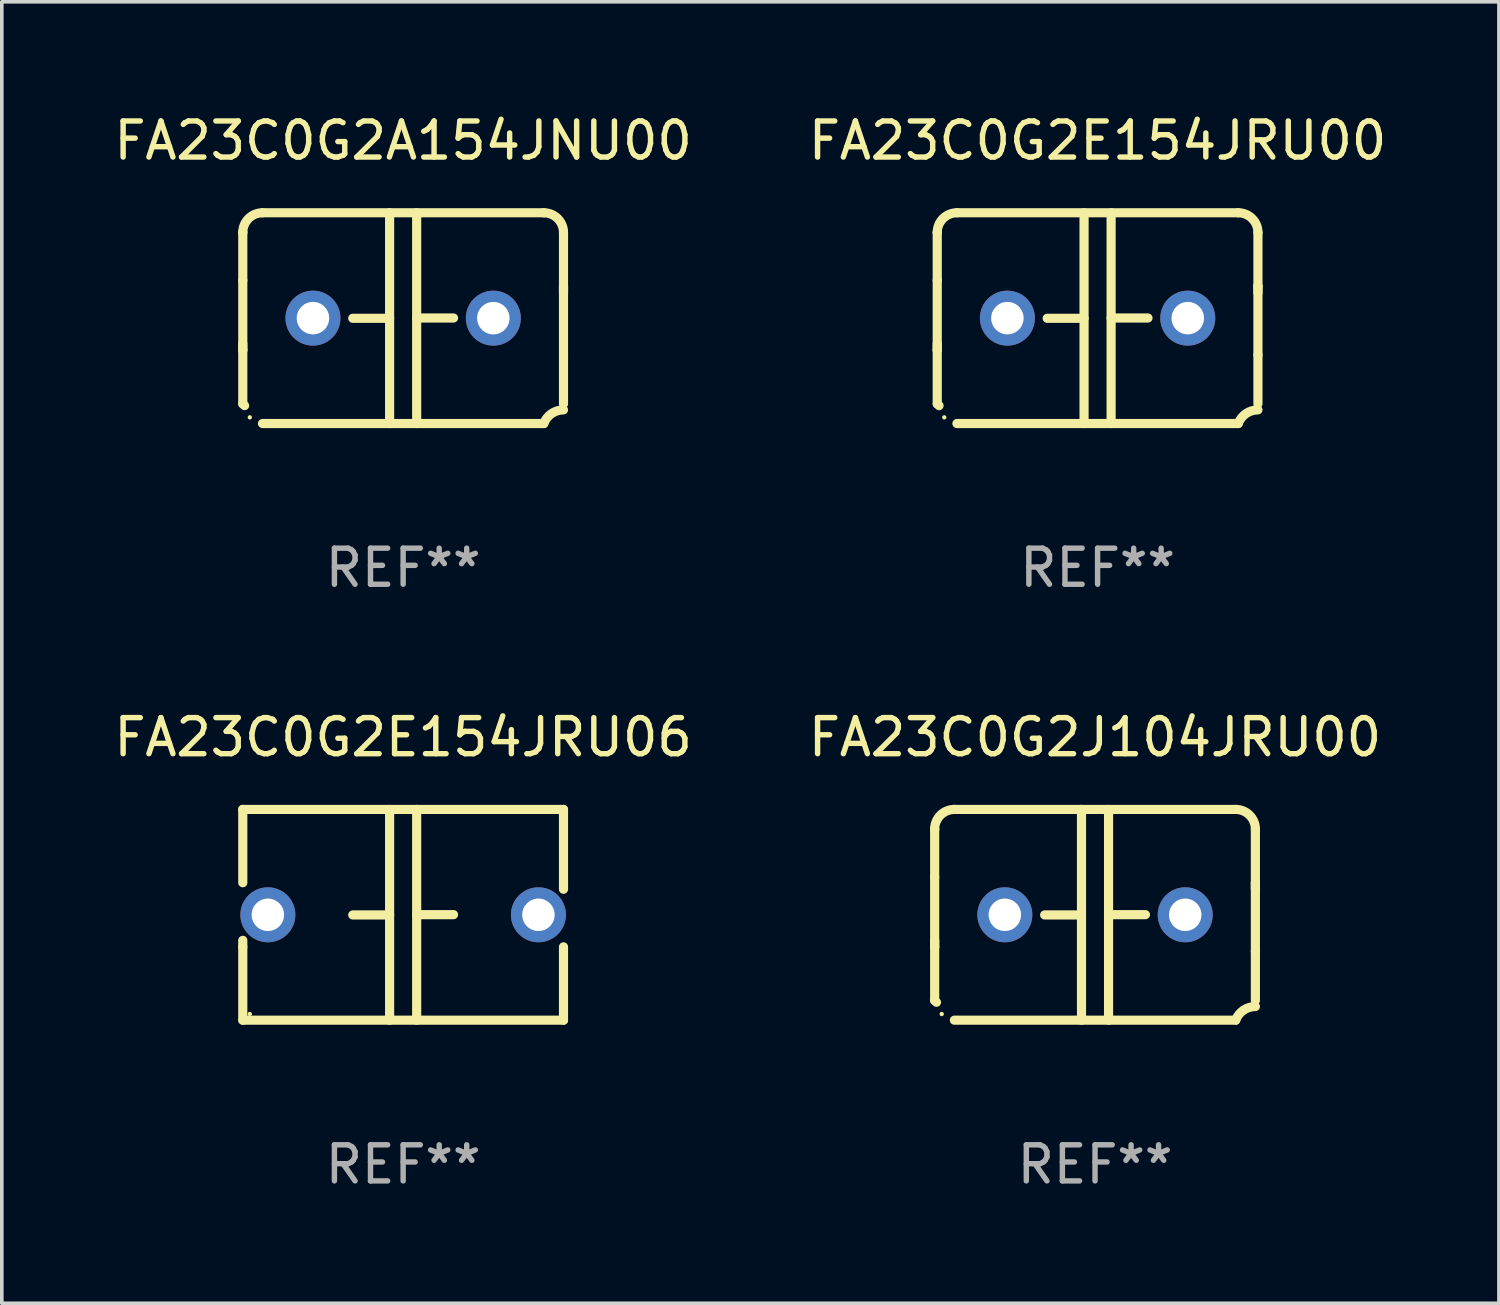
<source format=kicad_pcb>
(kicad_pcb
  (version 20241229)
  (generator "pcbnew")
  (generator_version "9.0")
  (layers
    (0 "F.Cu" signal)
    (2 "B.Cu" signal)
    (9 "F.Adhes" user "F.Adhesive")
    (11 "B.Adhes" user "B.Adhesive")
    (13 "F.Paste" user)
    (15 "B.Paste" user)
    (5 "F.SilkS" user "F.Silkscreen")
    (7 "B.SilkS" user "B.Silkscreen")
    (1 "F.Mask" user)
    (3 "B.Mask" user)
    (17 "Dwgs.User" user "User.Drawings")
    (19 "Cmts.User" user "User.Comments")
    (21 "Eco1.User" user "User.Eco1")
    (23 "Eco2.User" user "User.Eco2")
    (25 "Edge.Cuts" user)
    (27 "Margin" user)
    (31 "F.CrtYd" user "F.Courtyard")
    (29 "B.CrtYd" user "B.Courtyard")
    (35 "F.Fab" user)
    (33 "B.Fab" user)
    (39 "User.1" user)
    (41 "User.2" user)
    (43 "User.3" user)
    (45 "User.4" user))
  (footprint "FA23C0G2A154JNU00"
    (layer "F.Cu")
    (at 8.125 5.769)
    (property "Reference" "FA23C0G2A154JNU00" (at 0 -4.921 0) (layer "F.SilkS") (effects (font (size 1 1) (thickness 0.15))))
    (attr through_hole)
    (fp_line (start -4.445 2.375) (end -4.445 0.889) (stroke (width 0.254) (type solid)) (layer "F.SilkS"))
    (fp_line (start -4.445 -2.375) (end -4.445 -2.375) (stroke (width 0.254) (type solid)) (layer "F.SilkS"))
    (fp_line (start -4.445 -1.045) (end -4.445 -2.375) (stroke (width 0.254) (type solid)) (layer "F.SilkS"))
    (fp_line (start -4.445 -1.045) (end -4.445 0.889) (stroke (width 0.254) (type solid)) (layer "F.SilkS"))
    (fp_line (start -4.445 0.889) (end -4.445 0.708) (stroke (width 0.254) (type solid)) (layer "F.SilkS"))
    (fp_line (start -3.899 -2.921) (end 3.899 -2.921) (stroke (width 0.254) (type solid)) (layer "F.SilkS"))
    (fp_line (start -0.375 0.004) (end -1.397 0.004) (stroke (width 0.254) (type solid)) (layer "F.SilkS"))
    (fp_line (start -0.375 2.921) (end -0.375 -2.921) (stroke (width 0.254) (type solid)) (layer "F.SilkS"))
    (fp_line (start 0.375 -2.921) (end 0.375 2.921) (stroke (width 0.254) (type solid)) (layer "F.SilkS"))
    (fp_line (start 0.375 -0.004) (end 1.397 -0.004) (stroke (width 0.254) (type solid)) (layer "F.SilkS"))
    (fp_line (start 3.899 2.921) (end -3.899 2.921) (stroke (width 0.254) (type solid)) (layer "F.SilkS"))
    (fp_line (start 4.445 -0.889) (end 4.445 -0.708) (stroke (width 0.254) (type solid)) (layer "F.SilkS"))
    (fp_line (start 4.445 -0.889) (end 4.445 1.02) (stroke (width 0.254) (type solid)) (layer "F.SilkS"))
    (fp_line (start 4.445 1.02) (end 4.445 2.375) (stroke (width 0.254) (type solid)) (layer "F.SilkS"))
    (fp_line (start 4.445 -2.375) (end 4.445 -0.889) (stroke (width 0.254) (type solid)) (layer "F.SilkS"))
    (fp_arc (start -4.445034 -2.374778) (mid -4.285049 -2.761028) (end -3.898806 -2.921031) (stroke (width 0.254001) (type solid)) (layer "F.SilkS"))
    (fp_arc (start -4.445034 2.374803) (mid -4.4201 2.399713) (end -4.395166 2.424624) (stroke (width 0.254001) (type solid)) (layer "F.SilkS"))
    (fp_arc (start 3.898781 -2.921031) (mid 4.285035 -2.76105) (end 4.445034 -2.374803) (stroke (width 0.254001) (type solid)) (layer "F.SilkS"))
    (fp_arc (start 3.898806 2.921031) (mid 4.112864 2.64665) (end 4.445037 2.542888) (stroke (width 0.254001) (type solid)) (layer "F.SilkS"))
    (fp_circle (center -4.25 2.75) (end -4.22 2.75) (stroke (width 0.06) (type solid)) (fill no) (layer "F.SilkS"))
    (fp_text user "REF**" (at 0 6.921 0) (layer "F.Fab") (effects (font (size 1 1) (thickness 0.15))))
    (pad "1" thru_hole circle (at -2.5 0) (size 1.524 1.524) (drill 0.9) (layers "*.Cu" "*.Mask"))
    (pad "2" thru_hole circle (at 2.5 0) (size 1.524 1.524) (drill 0.9) (layers "*.Cu" "*.Mask")))
  (footprint "FA23C0G2E154JRU06"
    (layer "F.Cu")
    (at 8.125 22.308)
    (property "Reference" "FA23C0G2E154JRU06" (at 0 -4.921 0) (layer "F.SilkS") (effects (font (size 1 1) (thickness 0.15))))
    (attr through_hole)
    (fp_line (start -4.445 -2.921) (end 4.445 -2.921) (stroke (width 0.254) (type solid)) (layer "F.SilkS"))
    (fp_line (start -4.445 -0.889) (end -4.445 -2.921) (stroke (width 0.254) (type solid)) (layer "F.SilkS"))
    (fp_line (start -4.445 0.889) (end -4.445 0.708) (stroke (width 0.254) (type solid)) (layer "F.SilkS"))
    (fp_line (start -4.445 2.921) (end -4.445 0.889) (stroke (width 0.254) (type solid)) (layer "F.SilkS"))
    (fp_line (start -0.375 0.004) (end -1.397 0.004) (stroke (width 0.254) (type solid)) (layer "F.SilkS"))
    (fp_line (start -0.375 2.921) (end -0.375 -2.921) (stroke (width 0.254) (type solid)) (layer "F.SilkS"))
    (fp_line (start 0.375 -2.921) (end 0.375 2.921) (stroke (width 0.254) (type solid)) (layer "F.SilkS"))
    (fp_line (start 0.375 -0.004) (end 1.397 -0.004) (stroke (width 0.254) (type solid)) (layer "F.SilkS"))
    (fp_line (start 4.445 -2.921) (end 4.445 -0.889) (stroke (width 0.254) (type solid)) (layer "F.SilkS"))
    (fp_line (start 4.445 -0.889) (end 4.445 -0.708) (stroke (width 0.254) (type solid)) (layer "F.SilkS"))
    (fp_line (start 4.445 0.889) (end 4.445 2.921) (stroke (width 0.254) (type solid)) (layer "F.SilkS"))
    (fp_line (start 4.445 2.921) (end -4.445 2.921) (stroke (width 0.254) (type solid)) (layer "F.SilkS"))
    (fp_circle (center -4.25 2.75) (end -4.22 2.75) (stroke (width 0.06) (type solid)) (fill no) (layer "F.SilkS"))
    (fp_text user "REF**" (at 0 6.921 0) (layer "F.Fab") (effects (font (size 1 1) (thickness 0.15))))
    (pad "1" thru_hole circle (at -3.75 0) (size 1.524 1.524) (drill 0.9) (layers "*.Cu" "*.Mask"))
    (pad "2" thru_hole circle (at 3.75 0) (size 1.524 1.524) (drill 0.9) (layers "*.Cu" "*.Mask")))
  (footprint "FA23C0G2E154JRU00"
    (layer "F.Cu")
    (at 27.375 5.769)
    (property "Reference" "FA23C0G2E154JRU00" (at 0 -4.921 0) (layer "F.SilkS") (effects (font (size 1 1) (thickness 0.15))))
    (attr through_hole)
    (fp_line (start -4.445 2.375) (end -4.445 0.889) (stroke (width 0.254) (type solid)) (layer "F.SilkS"))
    (fp_line (start -4.445 -2.375) (end -4.445 -2.375) (stroke (width 0.254) (type solid)) (layer "F.SilkS"))
    (fp_line (start -4.445 -1.045) (end -4.445 -2.375) (stroke (width 0.254) (type solid)) (layer "F.SilkS"))
    (fp_line (start -4.445 -1.045) (end -4.445 0.889) (stroke (width 0.254) (type solid)) (layer "F.SilkS"))
    (fp_line (start -4.445 0.889) (end -4.445 0.708) (stroke (width 0.254) (type solid)) (layer "F.SilkS"))
    (fp_line (start -3.899 -2.921) (end 3.899 -2.921) (stroke (width 0.254) (type solid)) (layer "F.SilkS"))
    (fp_line (start -0.375 0.004) (end -1.397 0.004) (stroke (width 0.254) (type solid)) (layer "F.SilkS"))
    (fp_line (start -0.375 2.921) (end -0.375 -2.921) (stroke (width 0.254) (type solid)) (layer "F.SilkS"))
    (fp_line (start 0.375 -2.921) (end 0.375 2.921) (stroke (width 0.254) (type solid)) (layer "F.SilkS"))
    (fp_line (start 0.375 -0.004) (end 1.397 -0.004) (stroke (width 0.254) (type solid)) (layer "F.SilkS"))
    (fp_line (start 3.899 2.921) (end -3.899 2.921) (stroke (width 0.254) (type solid)) (layer "F.SilkS"))
    (fp_line (start 4.445 -0.889) (end 4.445 -0.708) (stroke (width 0.254) (type solid)) (layer "F.SilkS"))
    (fp_line (start 4.445 -0.889) (end 4.445 1.02) (stroke (width 0.254) (type solid)) (layer "F.SilkS"))
    (fp_line (start 4.445 1.02) (end 4.445 2.375) (stroke (width 0.254) (type solid)) (layer "F.SilkS"))
    (fp_line (start 4.445 -2.375) (end 4.445 -0.889) (stroke (width 0.254) (type solid)) (layer "F.SilkS"))
    (fp_arc (start -4.445034 -2.374778) (mid -4.285049 -2.761028) (end -3.898806 -2.921031) (stroke (width 0.254001) (type solid)) (layer "F.SilkS"))
    (fp_arc (start -4.445034 2.374803) (mid -4.4201 2.399713) (end -4.395166 2.424624) (stroke (width 0.254001) (type solid)) (layer "F.SilkS"))
    (fp_arc (start 3.898781 -2.921031) (mid 4.285035 -2.76105) (end 4.445034 -2.374803) (stroke (width 0.254001) (type solid)) (layer "F.SilkS"))
    (fp_arc (start 3.898806 2.921031) (mid 4.112864 2.64665) (end 4.445037 2.542888) (stroke (width 0.254001) (type solid)) (layer "F.SilkS"))
    (fp_circle (center -4.25 2.75) (end -4.22 2.75) (stroke (width 0.06) (type solid)) (fill no) (layer "F.SilkS"))
    (fp_text user "REF**" (at 0 6.921 0) (layer "F.Fab") (effects (font (size 1 1) (thickness 0.15))))
    (pad "1" thru_hole circle (at -2.5 0) (size 1.524 1.524) (drill 0.9) (layers "*.Cu" "*.Mask"))
    (pad "2" thru_hole circle (at 2.5 0) (size 1.524 1.524) (drill 0.9) (layers "*.Cu" "*.Mask")))
  (footprint "FA23C0G2J104JRU00"
    (layer "F.Cu")
    (at 27.304 22.308)
    (property "Reference" "FA23C0G2J104JRU00" (at 0 -4.921 0) (layer "F.SilkS") (effects (font (size 1 1) (thickness 0.15))))
    (attr through_hole)
    (fp_line (start -4.445 2.375) (end -4.445 0.889) (stroke (width 0.254) (type solid)) (layer "F.SilkS"))
    (fp_line (start -4.445 -2.375) (end -4.445 -2.375) (stroke (width 0.254) (type solid)) (layer "F.SilkS"))
    (fp_line (start -4.445 -1.045) (end -4.445 -2.375) (stroke (width 0.254) (type solid)) (layer "F.SilkS"))
    (fp_line (start -4.445 -1.045) (end -4.445 0.889) (stroke (width 0.254) (type solid)) (layer "F.SilkS"))
    (fp_line (start -4.445 0.889) (end -4.445 0.708) (stroke (width 0.254) (type solid)) (layer "F.SilkS"))
    (fp_line (start -3.899 -2.921) (end 3.899 -2.921) (stroke (width 0.254) (type solid)) (layer "F.SilkS"))
    (fp_line (start -0.375 0.004) (end -1.397 0.004) (stroke (width 0.254) (type solid)) (layer "F.SilkS"))
    (fp_line (start -0.375 2.921) (end -0.375 -2.921) (stroke (width 0.254) (type solid)) (layer "F.SilkS"))
    (fp_line (start 0.375 -2.921) (end 0.375 2.921) (stroke (width 0.254) (type solid)) (layer "F.SilkS"))
    (fp_line (start 0.375 -0.004) (end 1.397 -0.004) (stroke (width 0.254) (type solid)) (layer "F.SilkS"))
    (fp_line (start 3.899 2.921) (end -3.899 2.921) (stroke (width 0.254) (type solid)) (layer "F.SilkS"))
    (fp_line (start 4.445 -0.889) (end 4.445 -0.708) (stroke (width 0.254) (type solid)) (layer "F.SilkS"))
    (fp_line (start 4.445 -0.889) (end 4.445 1.02) (stroke (width 0.254) (type solid)) (layer "F.SilkS"))
    (fp_line (start 4.445 1.02) (end 4.445 2.375) (stroke (width 0.254) (type solid)) (layer "F.SilkS"))
    (fp_line (start 4.445 -2.375) (end 4.445 -0.889) (stroke (width 0.254) (type solid)) (layer "F.SilkS"))
    (fp_arc (start -4.445034 -2.374778) (mid -4.285049 -2.761028) (end -3.898806 -2.921031) (stroke (width 0.254001) (type solid)) (layer "F.SilkS"))
    (fp_arc (start -4.445034 2.374803) (mid -4.4201 2.399713) (end -4.395166 2.424624) (stroke (width 0.254001) (type solid)) (layer "F.SilkS"))
    (fp_arc (start 3.898781 -2.921031) (mid 4.285035 -2.76105) (end 4.445034 -2.374803) (stroke (width 0.254001) (type solid)) (layer "F.SilkS"))
    (fp_arc (start 3.898806 2.921031) (mid 4.112864 2.64665) (end 4.445037 2.542888) (stroke (width 0.254001) (type solid)) (layer "F.SilkS"))
    (fp_circle (center -4.25 2.75) (end -4.22 2.75) (stroke (width 0.06) (type solid)) (fill no) (layer "F.SilkS"))
    (fp_text user "REF**" (at 0 6.921 0) (layer "F.Fab") (effects (font (size 1 1) (thickness 0.15))))
    (pad "1" thru_hole circle (at -2.5 0) (size 1.524 1.524) (drill 0.9) (layers "*.Cu" "*.Mask"))
    (pad "2" thru_hole circle (at 2.5 0) (size 1.524 1.524) (drill 0.9) (layers "*.Cu" "*.Mask")))
  (gr_rect
    (start -3 -3)
    (end 38.5 33.077)
    (stroke (width 0.1) (type default))
    (fill no)
    (layer "Edge.Cuts")))
</source>
